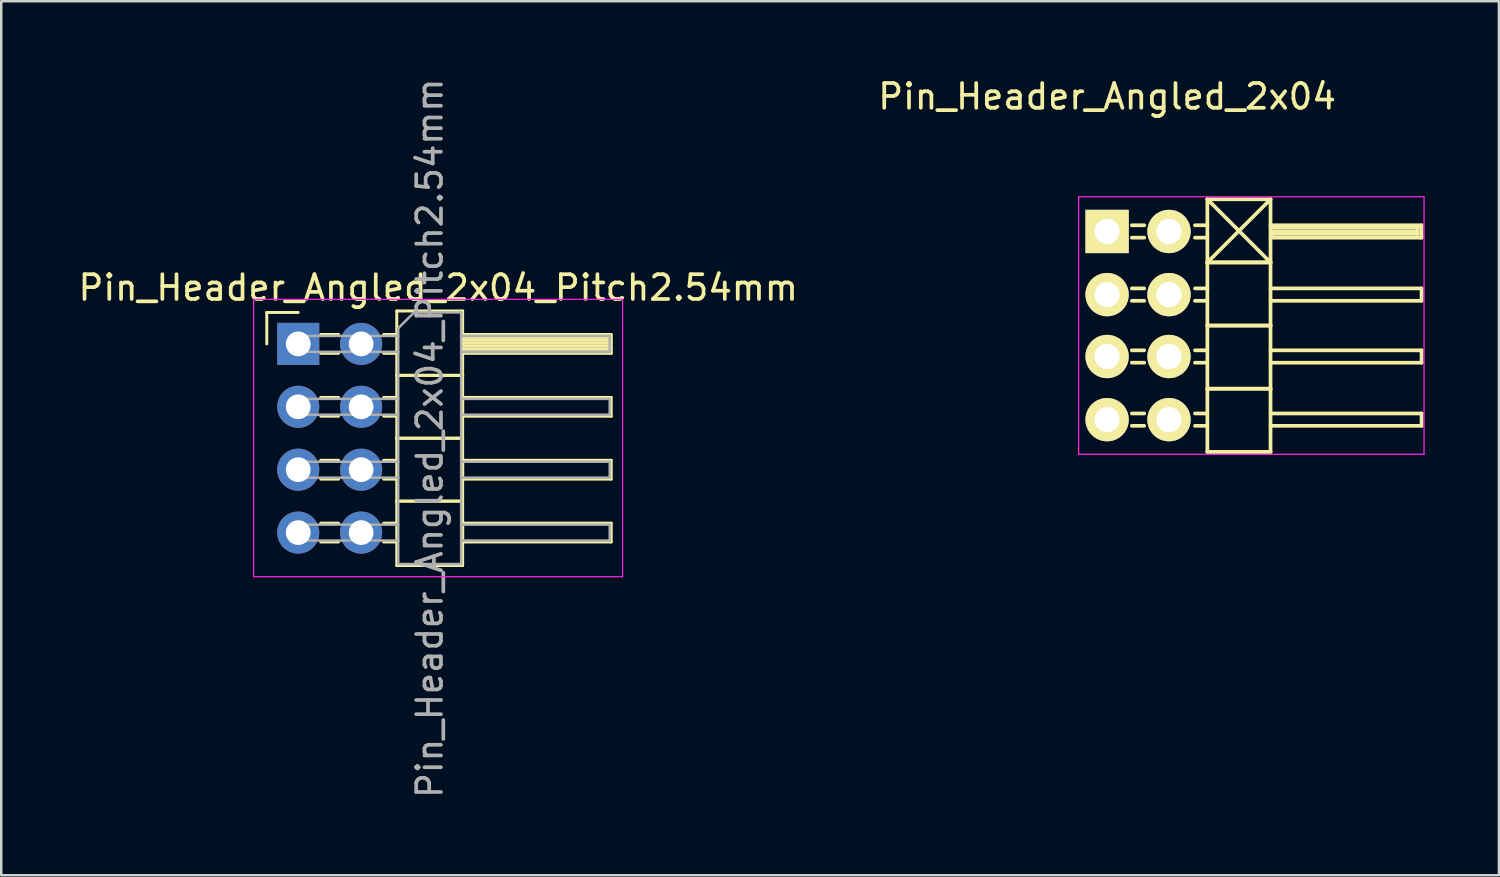
<source format=kicad_pcb>
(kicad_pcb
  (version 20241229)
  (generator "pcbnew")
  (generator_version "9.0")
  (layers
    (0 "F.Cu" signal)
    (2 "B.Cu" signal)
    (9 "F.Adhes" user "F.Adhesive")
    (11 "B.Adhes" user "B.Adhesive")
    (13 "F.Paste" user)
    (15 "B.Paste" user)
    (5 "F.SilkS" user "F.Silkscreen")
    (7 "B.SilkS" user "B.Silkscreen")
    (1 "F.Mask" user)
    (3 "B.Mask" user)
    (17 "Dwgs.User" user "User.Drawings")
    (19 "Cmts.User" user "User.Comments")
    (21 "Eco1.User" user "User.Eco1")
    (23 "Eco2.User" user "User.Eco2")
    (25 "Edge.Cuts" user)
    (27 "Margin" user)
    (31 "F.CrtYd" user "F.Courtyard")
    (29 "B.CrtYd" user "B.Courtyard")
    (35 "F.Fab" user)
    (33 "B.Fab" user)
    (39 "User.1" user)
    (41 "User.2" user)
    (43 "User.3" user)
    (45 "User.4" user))
  (footprint "Pin_Header_Angled_2x04"
    (layer "F.Cu")
    (at 41.661 6.298)
    (property "Reference" "Pin_Header_Angled_2x04" (at 0 -5.45 0) (layer "F.SilkS") (effects (font (size 1 1) (thickness 0.15))))
    (attr through_hole)
    (fp_line (start 1.5 -0.25) (end 1 -0.25) (stroke (width 0.15) (type solid)) (layer "F.SilkS"))
    (fp_line (start 1.5 0.25) (end 1 0.25) (stroke (width 0.15) (type solid)) (layer "F.SilkS"))
    (fp_line (start 1.5 2.3) (end 1 2.3) (stroke (width 0.15) (type solid)) (layer "F.SilkS"))
    (fp_line (start 1.5 2.8) (end 1 2.8) (stroke (width 0.15) (type solid)) (layer "F.SilkS"))
    (fp_line (start 1.5 4.8) (end 1 4.8) (stroke (width 0.15) (type solid)) (layer "F.SilkS"))
    (fp_line (start 1.5 5.3) (end 1 5.3) (stroke (width 0.15) (type solid)) (layer "F.SilkS"))
    (fp_line (start 1.5 7.35) (end 1 7.35) (stroke (width 0.15) (type solid)) (layer "F.SilkS"))
    (fp_line (start 1.5 7.85) (end 1 7.85) (stroke (width 0.15) (type solid)) (layer "F.SilkS"))
    (fp_line (start 4.05 -1.3) (end 4.05 1.25) (stroke (width 0.15) (type solid)) (layer "F.SilkS"))
    (fp_line (start 4.05 -1.3) (end 6.6 -1.3) (stroke (width 0.15) (type solid)) (layer "F.SilkS"))
    (fp_line (start 4.05 -1.3) (end 6.6 1.25) (stroke (width 0.15) (type solid)) (layer "F.SilkS"))
    (fp_line (start 4.05 -0.25) (end 3.55 -0.25) (stroke (width 0.15) (type solid)) (layer "F.SilkS"))
    (fp_line (start 4.05 0.25) (end 3.55 0.25) (stroke (width 0.15) (type solid)) (layer "F.SilkS"))
    (fp_line (start 4.05 1.25) (end 4.05 3.8) (stroke (width 0.15) (type solid)) (layer "F.SilkS"))
    (fp_line (start 4.05 1.25) (end 6.6 1.25) (stroke (width 0.15) (type solid)) (layer "F.SilkS"))
    (fp_line (start 4.05 1.25) (end 6.6 1.25) (stroke (width 0.15) (type solid)) (layer "F.SilkS"))
    (fp_line (start 4.05 2.3) (end 3.55 2.3) (stroke (width 0.15) (type solid)) (layer "F.SilkS"))
    (fp_line (start 4.05 2.8) (end 3.55 2.8) (stroke (width 0.15) (type solid)) (layer "F.SilkS"))
    (fp_line (start 4.05 3.8) (end 4.05 6.35) (stroke (width 0.15) (type solid)) (layer "F.SilkS"))
    (fp_line (start 4.05 3.8) (end 6.6 3.8) (stroke (width 0.15) (type solid)) (layer "F.SilkS"))
    (fp_line (start 4.05 3.8) (end 6.6 3.8) (stroke (width 0.15) (type solid)) (layer "F.SilkS"))
    (fp_line (start 4.05 4.8) (end 3.55 4.8) (stroke (width 0.15) (type solid)) (layer "F.SilkS"))
    (fp_line (start 4.05 5.3) (end 3.55 5.3) (stroke (width 0.15) (type solid)) (layer "F.SilkS"))
    (fp_line (start 4.05 6.35) (end 4.05 8.9) (stroke (width 0.15) (type solid)) (layer "F.SilkS"))
    (fp_line (start 4.05 6.35) (end 6.6 6.35) (stroke (width 0.15) (type solid)) (layer "F.SilkS"))
    (fp_line (start 4.05 6.35) (end 6.6 6.35) (stroke (width 0.15) (type solid)) (layer "F.SilkS"))
    (fp_line (start 4.05 7.35) (end 3.55 7.35) (stroke (width 0.15) (type solid)) (layer "F.SilkS"))
    (fp_line (start 4.05 7.85) (end 3.55 7.85) (stroke (width 0.15) (type solid)) (layer "F.SilkS"))
    (fp_line (start 4.05 8.9) (end 6.6 8.9) (stroke (width 0.15) (type solid)) (layer "F.SilkS"))
    (fp_line (start 4.05 8.9) (end 6.6 8.9) (stroke (width 0.15) (type solid)) (layer "F.SilkS"))
    (fp_line (start 6.6 -1.3) (end 4.05 1.25) (stroke (width 0.15) (type solid)) (layer "F.SilkS"))
    (fp_line (start 6.6 -0.25) (end 12.7 -0.25) (stroke (width 0.15) (type solid)) (layer "F.SilkS"))
    (fp_line (start 6.6 -0.15) (end 12.55 -0.15) (stroke (width 0.15) (type solid)) (layer "F.SilkS"))
    (fp_line (start 6.6 1.25) (end 6.6 -1.3) (stroke (width 0.15) (type solid)) (layer "F.SilkS"))
    (fp_line (start 6.6 2.3) (end 12.7 2.3) (stroke (width 0.15) (type solid)) (layer "F.SilkS"))
    (fp_line (start 6.6 3.8) (end 6.6 1.25) (stroke (width 0.15) (type solid)) (layer "F.SilkS"))
    (fp_line (start 6.6 4.8) (end 12.7 4.8) (stroke (width 0.15) (type solid)) (layer "F.SilkS"))
    (fp_line (start 6.6 6.35) (end 6.6 3.8) (stroke (width 0.15) (type solid)) (layer "F.SilkS"))
    (fp_line (start 6.6 7.35) (end 12.7 7.35) (stroke (width 0.15) (type solid)) (layer "F.SilkS"))
    (fp_line (start 6.6 8.9) (end 6.6 6.35) (stroke (width 0.15) (type solid)) (layer "F.SilkS"))
    (fp_line (start 6.7 0) (end 12.55 0) (stroke (width 0.15) (type solid)) (layer "F.SilkS"))
    (fp_line (start 6.7 0.1) (end 6.7 0) (stroke (width 0.15) (type solid)) (layer "F.SilkS"))
    (fp_line (start 12.55 -0.15) (end 12.55 0.1) (stroke (width 0.15) (type solid)) (layer "F.SilkS"))
    (fp_line (start 12.55 0.1) (end 6.7 0.1) (stroke (width 0.15) (type solid)) (layer "F.SilkS"))
    (fp_line (start 12.7 -0.25) (end 12.7 0.25) (stroke (width 0.15) (type solid)) (layer "F.SilkS"))
    (fp_line (start 12.7 0.25) (end 6.6 0.25) (stroke (width 0.15) (type solid)) (layer "F.SilkS"))
    (fp_line (start 12.7 2.3) (end 12.7 2.8) (stroke (width 0.15) (type solid)) (layer "F.SilkS"))
    (fp_line (start 12.7 2.8) (end 6.6 2.8) (stroke (width 0.15) (type solid)) (layer "F.SilkS"))
    (fp_line (start 12.7 4.8) (end 12.7 5.3) (stroke (width 0.15) (type solid)) (layer "F.SilkS"))
    (fp_line (start 12.7 5.3) (end 6.6 5.3) (stroke (width 0.15) (type solid)) (layer "F.SilkS"))
    (fp_line (start 12.7 7.35) (end 12.7 7.85) (stroke (width 0.15) (type solid)) (layer "F.SilkS"))
    (fp_line (start 12.7 7.85) (end 6.6 7.85) (stroke (width 0.15) (type solid)) (layer "F.SilkS"))
    (fp_line (start -1.15 -1.4) (end -1.15 9) (stroke (width 0.05) (type solid)) (layer "F.CrtYd"))
    (fp_line (start -1.15 -1.4) (end 12.8 -1.4) (stroke (width 0.05) (type solid)) (layer "F.CrtYd"))
    (fp_line (start -1.15 9) (end 12.8 9) (stroke (width 0.05) (type solid)) (layer "F.CrtYd"))
    (fp_line (start 12.8 -1.4) (end 12.8 9) (stroke (width 0.05) (type solid)) (layer "F.CrtYd"))
    (pad "1" thru_hole rect (at 0 0) (size 1.75 1.75) (drill 1.016) (layers "*.Cu" "*.Mask" "F.SilkS"))
    (pad "2" thru_hole oval (at 2.5 0) (size 1.75 1.75) (drill 1.016) (layers "*.Cu" "*.Mask" "F.SilkS"))
    (pad "3" thru_hole oval (at 0 2.55) (size 1.75 1.75) (drill 1.016) (layers "*.Cu" "*.Mask" "F.SilkS"))
    (pad "4" thru_hole oval (at 2.5 2.55) (size 1.75 1.75) (drill 1.016) (layers "*.Cu" "*.Mask" "F.SilkS"))
    (pad "5" thru_hole oval (at 0 5.05) (size 1.75 1.75) (drill 1.016) (layers "*.Cu" "*.Mask" "F.SilkS"))
    (pad "6" thru_hole oval (at 2.5 5.05) (size 1.75 1.75) (drill 1.016) (layers "*.Cu" "*.Mask" "F.SilkS"))
    (pad "7" thru_hole oval (at 0 7.6) (size 1.75 1.75) (drill 1.016) (layers "*.Cu" "*.Mask" "F.SilkS"))
    (pad "8" thru_hole oval (at 2.5 7.6) (size 1.75 1.75) (drill 1.016) (layers "*.Cu" "*.Mask" "F.SilkS")))
  (footprint "Pin_Header_Angled_2x04_Pitch2.54mm"
    (layer "F.Cu")
    (at 8.994 10.839)
    (property "Reference" "Pin_Header_Angled_2x04_Pitch2.54mm" (at 5.655 -2.27 0) (layer "F.SilkS") (effects (font (size 1 1) (thickness 0.15))))
    (attr through_hole)
    (fp_line (start -1.27 -1.27) (end 0 -1.27) (stroke (width 0.12) (type solid)) (layer "F.SilkS"))
    (fp_line (start -1.27 0) (end -1.27 -1.27) (stroke (width 0.12) (type solid)) (layer "F.SilkS"))
    (fp_line (start 0.91 -0.38) (end 1.63 -0.38) (stroke (width 0.12) (type solid)) (layer "F.SilkS"))
    (fp_line (start 0.91 0.38) (end 1.63 0.38) (stroke (width 0.12) (type solid)) (layer "F.SilkS"))
    (fp_line (start 0.91 2.16) (end 1.63 2.16) (stroke (width 0.12) (type solid)) (layer "F.SilkS"))
    (fp_line (start 0.91 2.92) (end 1.63 2.92) (stroke (width 0.12) (type solid)) (layer "F.SilkS"))
    (fp_line (start 0.91 4.7) (end 1.63 4.7) (stroke (width 0.12) (type solid)) (layer "F.SilkS"))
    (fp_line (start 0.91 5.46) (end 1.63 5.46) (stroke (width 0.12) (type solid)) (layer "F.SilkS"))
    (fp_line (start 0.91 7.24) (end 1.63 7.24) (stroke (width 0.12) (type solid)) (layer "F.SilkS"))
    (fp_line (start 0.91 8) (end 1.63 8) (stroke (width 0.12) (type solid)) (layer "F.SilkS"))
    (fp_line (start 3.45 -0.38) (end 3.98 -0.38) (stroke (width 0.12) (type solid)) (layer "F.SilkS"))
    (fp_line (start 3.45 0.38) (end 3.98 0.38) (stroke (width 0.12) (type solid)) (layer "F.SilkS"))
    (fp_line (start 3.45 2.16) (end 3.98 2.16) (stroke (width 0.12) (type solid)) (layer "F.SilkS"))
    (fp_line (start 3.45 2.92) (end 3.98 2.92) (stroke (width 0.12) (type solid)) (layer "F.SilkS"))
    (fp_line (start 3.45 4.7) (end 3.98 4.7) (stroke (width 0.12) (type solid)) (layer "F.SilkS"))
    (fp_line (start 3.45 5.46) (end 3.98 5.46) (stroke (width 0.12) (type solid)) (layer "F.SilkS"))
    (fp_line (start 3.45 7.24) (end 3.98 7.24) (stroke (width 0.12) (type solid)) (layer "F.SilkS"))
    (fp_line (start 3.45 8) (end 3.98 8) (stroke (width 0.12) (type solid)) (layer "F.SilkS"))
    (fp_line (start 3.98 -1.33) (end 3.98 1.27) (stroke (width 0.12) (type solid)) (layer "F.SilkS"))
    (fp_line (start 3.98 1.27) (end 3.98 3.81) (stroke (width 0.12) (type solid)) (layer "F.SilkS"))
    (fp_line (start 3.98 1.27) (end 6.64 1.27) (stroke (width 0.12) (type solid)) (layer "F.SilkS"))
    (fp_line (start 3.98 3.81) (end 3.98 6.35) (stroke (width 0.12) (type solid)) (layer "F.SilkS"))
    (fp_line (start 3.98 3.81) (end 6.64 3.81) (stroke (width 0.12) (type solid)) (layer "F.SilkS"))
    (fp_line (start 3.98 6.35) (end 3.98 8.95) (stroke (width 0.12) (type solid)) (layer "F.SilkS"))
    (fp_line (start 3.98 6.35) (end 6.64 6.35) (stroke (width 0.12) (type solid)) (layer "F.SilkS"))
    (fp_line (start 3.98 8.95) (end 6.64 8.95) (stroke (width 0.12) (type solid)) (layer "F.SilkS"))
    (fp_line (start 6.64 -1.33) (end 3.98 -1.33) (stroke (width 0.12) (type solid)) (layer "F.SilkS"))
    (fp_line (start 6.64 -0.38) (end 6.64 0.38) (stroke (width 0.12) (type solid)) (layer "F.SilkS"))
    (fp_line (start 6.64 -0.26) (end 12.64 -0.26) (stroke (width 0.12) (type solid)) (layer "F.SilkS"))
    (fp_line (start 6.64 -0.14) (end 12.64 -0.14) (stroke (width 0.12) (type solid)) (layer "F.SilkS"))
    (fp_line (start 6.64 -0.02) (end 12.64 -0.02) (stroke (width 0.12) (type solid)) (layer "F.SilkS"))
    (fp_line (start 6.64 0.1) (end 12.64 0.1) (stroke (width 0.12) (type solid)) (layer "F.SilkS"))
    (fp_line (start 6.64 0.22) (end 12.64 0.22) (stroke (width 0.12) (type solid)) (layer "F.SilkS"))
    (fp_line (start 6.64 0.34) (end 12.64 0.34) (stroke (width 0.12) (type solid)) (layer "F.SilkS"))
    (fp_line (start 6.64 0.38) (end 12.64 0.38) (stroke (width 0.12) (type solid)) (layer "F.SilkS"))
    (fp_line (start 6.64 1.27) (end 3.98 1.27) (stroke (width 0.12) (type solid)) (layer "F.SilkS"))
    (fp_line (start 6.64 1.27) (end 6.64 -1.33) (stroke (width 0.12) (type solid)) (layer "F.SilkS"))
    (fp_line (start 6.64 2.16) (end 6.64 2.92) (stroke (width 0.12) (type solid)) (layer "F.SilkS"))
    (fp_line (start 6.64 2.92) (end 12.64 2.92) (stroke (width 0.12) (type solid)) (layer "F.SilkS"))
    (fp_line (start 6.64 3.81) (end 3.98 3.81) (stroke (width 0.12) (type solid)) (layer "F.SilkS"))
    (fp_line (start 6.64 3.81) (end 6.64 1.27) (stroke (width 0.12) (type solid)) (layer "F.SilkS"))
    (fp_line (start 6.64 4.7) (end 6.64 5.46) (stroke (width 0.12) (type solid)) (layer "F.SilkS"))
    (fp_line (start 6.64 5.46) (end 12.64 5.46) (stroke (width 0.12) (type solid)) (layer "F.SilkS"))
    (fp_line (start 6.64 6.35) (end 3.98 6.35) (stroke (width 0.12) (type solid)) (layer "F.SilkS"))
    (fp_line (start 6.64 6.35) (end 6.64 3.81) (stroke (width 0.12) (type solid)) (layer "F.SilkS"))
    (fp_line (start 6.64 7.24) (end 6.64 8) (stroke (width 0.12) (type solid)) (layer "F.SilkS"))
    (fp_line (start 6.64 8) (end 12.64 8) (stroke (width 0.12) (type solid)) (layer "F.SilkS"))
    (fp_line (start 6.64 8.95) (end 6.64 6.35) (stroke (width 0.12) (type solid)) (layer "F.SilkS"))
    (fp_line (start 12.64 -0.38) (end 6.64 -0.38) (stroke (width 0.12) (type solid)) (layer "F.SilkS"))
    (fp_line (start 12.64 0.38) (end 12.64 -0.38) (stroke (width 0.12) (type solid)) (layer "F.SilkS"))
    (fp_line (start 12.64 2.16) (end 6.64 2.16) (stroke (width 0.12) (type solid)) (layer "F.SilkS"))
    (fp_line (start 12.64 2.92) (end 12.64 2.16) (stroke (width 0.12) (type solid)) (layer "F.SilkS"))
    (fp_line (start 12.64 4.7) (end 6.64 4.7) (stroke (width 0.12) (type solid)) (layer "F.SilkS"))
    (fp_line (start 12.64 5.46) (end 12.64 4.7) (stroke (width 0.12) (type solid)) (layer "F.SilkS"))
    (fp_line (start 12.64 7.24) (end 6.64 7.24) (stroke (width 0.12) (type solid)) (layer "F.SilkS"))
    (fp_line (start 12.64 8) (end 12.64 7.24) (stroke (width 0.12) (type solid)) (layer "F.SilkS"))
    (fp_line (start -1.8 -1.8) (end -1.8 9.4) (stroke (width 0.05) (type solid)) (layer "F.CrtYd"))
    (fp_line (start -1.8 9.4) (end 13.1 9.4) (stroke (width 0.05) (type solid)) (layer "F.CrtYd"))
    (fp_line (start 13.1 -1.8) (end -1.8 -1.8) (stroke (width 0.05) (type solid)) (layer "F.CrtYd"))
    (fp_line (start 13.1 9.4) (end 13.1 -1.8) (stroke (width 0.05) (type solid)) (layer "F.CrtYd"))
    (fp_line (start -0.32 -0.32) (end -0.32 0.32) (stroke (width 0.1) (type solid)) (layer "F.Fab"))
    (fp_line (start -0.32 -0.32) (end 4.04 -0.32) (stroke (width 0.1) (type solid)) (layer "F.Fab"))
    (fp_line (start -0.32 0.32) (end 4.04 0.32) (stroke (width 0.1) (type solid)) (layer "F.Fab"))
    (fp_line (start -0.32 2.22) (end -0.32 2.86) (stroke (width 0.1) (type solid)) (layer "F.Fab"))
    (fp_line (start -0.32 2.22) (end 4.04 2.22) (stroke (width 0.1) (type solid)) (layer "F.Fab"))
    (fp_line (start -0.32 2.86) (end 4.04 2.86) (stroke (width 0.1) (type solid)) (layer "F.Fab"))
    (fp_line (start -0.32 4.76) (end -0.32 5.4) (stroke (width 0.1) (type solid)) (layer "F.Fab"))
    (fp_line (start -0.32 4.76) (end 4.04 4.76) (stroke (width 0.1) (type solid)) (layer "F.Fab"))
    (fp_line (start -0.32 5.4) (end 4.04 5.4) (stroke (width 0.1) (type solid)) (layer "F.Fab"))
    (fp_line (start -0.32 7.3) (end -0.32 7.94) (stroke (width 0.1) (type solid)) (layer "F.Fab"))
    (fp_line (start -0.32 7.3) (end 4.04 7.3) (stroke (width 0.1) (type solid)) (layer "F.Fab"))
    (fp_line (start -0.32 7.94) (end 4.04 7.94) (stroke (width 0.1) (type solid)) (layer "F.Fab"))
    (fp_line (start 4.04 -0.635) (end 4.675 -1.27) (stroke (width 0.1) (type solid)) (layer "F.Fab"))
    (fp_line (start 4.04 8.89) (end 4.04 -0.635) (stroke (width 0.1) (type solid)) (layer "F.Fab"))
    (fp_line (start 4.675 -1.27) (end 6.58 -1.27) (stroke (width 0.1) (type solid)) (layer "F.Fab"))
    (fp_line (start 6.58 -1.27) (end 6.58 8.89) (stroke (width 0.1) (type solid)) (layer "F.Fab"))
    (fp_line (start 6.58 -0.32) (end 12.58 -0.32) (stroke (width 0.1) (type solid)) (layer "F.Fab"))
    (fp_line (start 6.58 0.32) (end 12.58 0.32) (stroke (width 0.1) (type solid)) (layer "F.Fab"))
    (fp_line (start 6.58 2.22) (end 12.58 2.22) (stroke (width 0.1) (type solid)) (layer "F.Fab"))
    (fp_line (start 6.58 2.86) (end 12.58 2.86) (stroke (width 0.1) (type solid)) (layer "F.Fab"))
    (fp_line (start 6.58 4.76) (end 12.58 4.76) (stroke (width 0.1) (type solid)) (layer "F.Fab"))
    (fp_line (start 6.58 5.4) (end 12.58 5.4) (stroke (width 0.1) (type solid)) (layer "F.Fab"))
    (fp_line (start 6.58 7.3) (end 12.58 7.3) (stroke (width 0.1) (type solid)) (layer "F.Fab"))
    (fp_line (start 6.58 7.94) (end 12.58 7.94) (stroke (width 0.1) (type solid)) (layer "F.Fab"))
    (fp_line (start 6.58 8.89) (end 4.04 8.89) (stroke (width 0.1) (type solid)) (layer "F.Fab"))
    (fp_line (start 12.58 -0.32) (end 12.58 0.32) (stroke (width 0.1) (type solid)) (layer "F.Fab"))
    (fp_line (start 12.58 2.22) (end 12.58 2.86) (stroke (width 0.1) (type solid)) (layer "F.Fab"))
    (fp_line (start 12.58 4.76) (end 12.58 5.4) (stroke (width 0.1) (type solid)) (layer "F.Fab"))
    (fp_line (start 12.58 7.3) (end 12.58 7.94) (stroke (width 0.1) (type solid)) (layer "F.Fab"))
    (fp_text user "${REFERENCE}" (at 5.31 3.81 90) (layer "F.Fab") (effects (font (size 1 1) (thickness 0.15))))
    (pad "1" thru_hole rect (at 0 0) (size 1.7 1.7) (drill 1) (layers "*.Cu" "*.Mask"))
    (pad "2" thru_hole oval (at 2.54 0) (size 1.7 1.7) (drill 1) (layers "*.Cu" "*.Mask"))
    (pad "3" thru_hole oval (at 0 2.54) (size 1.7 1.7) (drill 1) (layers "*.Cu" "*.Mask"))
    (pad "4" thru_hole oval (at 2.54 2.54) (size 1.7 1.7) (drill 1) (layers "*.Cu" "*.Mask"))
    (pad "5" thru_hole oval (at 0 5.08) (size 1.7 1.7) (drill 1) (layers "*.Cu" "*.Mask"))
    (pad "6" thru_hole oval (at 2.54 5.08) (size 1.7 1.7) (drill 1) (layers "*.Cu" "*.Mask"))
    (pad "7" thru_hole oval (at 0 7.62) (size 1.7 1.7) (drill 1) (layers "*.Cu" "*.Mask"))
    (pad "8" thru_hole oval (at 2.54 7.62) (size 1.7 1.7) (drill 1) (layers "*.Cu" "*.Mask")))
  (gr_rect
    (start -3 -3)
    (end 57.486 32.298)
    (stroke (width 0.1) (type default))
    (fill no)
    (layer "Edge.Cuts")))
</source>
